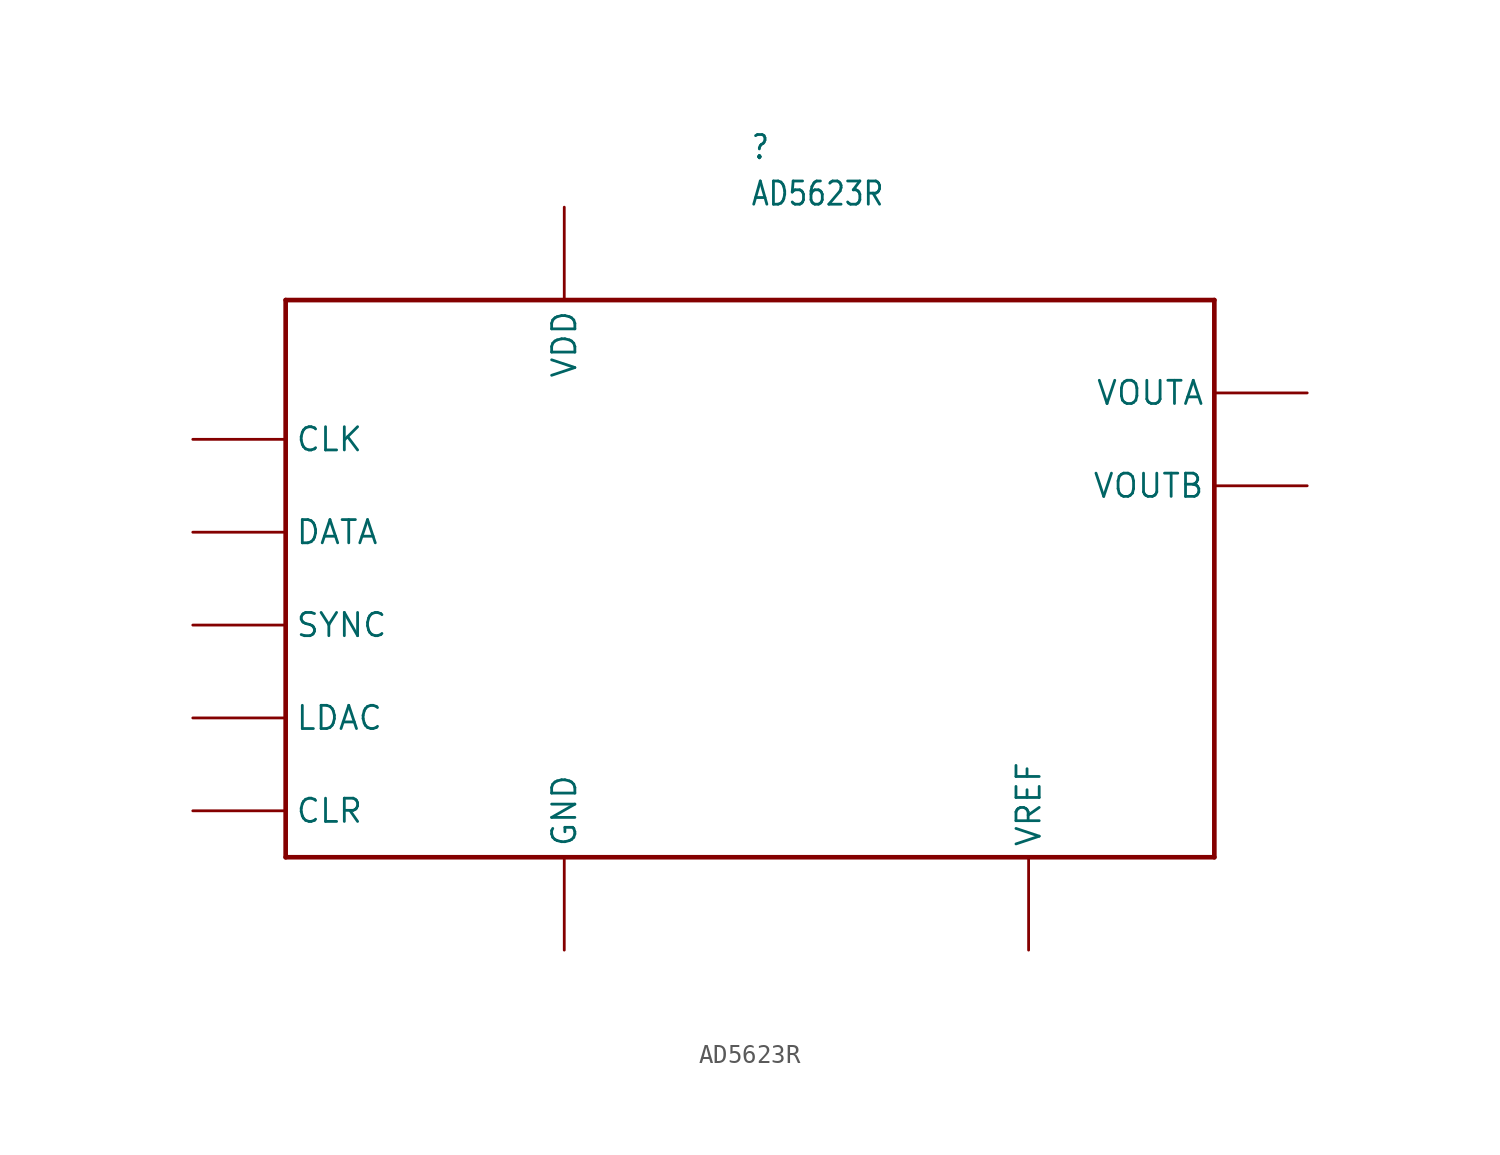
<source format=kicad_sym>
(kicad_symbol_lib
  (version 20211014)
  (generator kicad_symbol_editor)
  (symbol "AD5623R"
    (property "Reference" ""
      (at -2.54 22.86 0)
      (effects (font (size 1.27 1.079)) (justify left bottom)))
    (property "Value" "AD5623R"
      (at -2.54 20.32 0)
      (effects (font (size 1.27 1.079)) (justify left bottom)))
    (property "ki_locked" ""
      (at 0 0 0)
      (effects (font (size 1.27 1.27))))
    (symbol "AD5623R_1_0"
      (polyline (pts (xy -27.94 -15.24) (xy 22.86 -15.24)) (stroke (width 0.254) (type default) (color 0 0 0 0)) (fill (type none)))
      (polyline (pts (xy -27.94 15.24) (xy -27.94 -15.24)) (stroke (width 0.254) (type default) (color 0 0 0 0)) (fill (type none)))
      (polyline (pts (xy 22.86 -15.24) (xy 22.86 15.24)) (stroke (width 0.254) (type default) (color 0 0 0 0)) (fill (type none)))
      (polyline (pts (xy 22.86 15.24) (xy -27.94 15.24)) (stroke (width 0.254) (type default) (color 0 0 0 0)) (fill (type none)))
      (pin bidirectional line (at 27.94 10.16 180) (length 5.08) (name "VOUTA" (effects (font (size 1.27 1.27)))) (number "1" (effects (font (size 0 0)))))
      (pin bidirectional line (at 12.7 -20.32 90) (length 5.08) (name "VREF" (effects (font (size 1.27 1.27)))) (number "10" (effects (font (size 0 0)))))
      (pin bidirectional line (at 27.94 5.08 180) (length 5.08) (name "VOUTB" (effects (font (size 1.27 1.27)))) (number "2" (effects (font (size 0 0)))))
      (pin bidirectional line (at -12.7 -20.32 90) (length 5.08) (name "GND" (effects (font (size 1.27 1.27)))) (number "3" (effects (font (size 0 0)))))
      (pin bidirectional line (at -33.02 -7.62 0) (length 5.08) (name "LDAC" (effects (font (size 1.27 1.27)))) (number "4" (effects (font (size 0 0)))))
      (pin bidirectional line (at -33.02 -12.7 0) (length 5.08) (name "CLR" (effects (font (size 1.27 1.27)))) (number "5" (effects (font (size 0 0)))))
      (pin bidirectional line (at -33.02 -2.54 0) (length 5.08) (name "SYNC" (effects (font (size 1.27 1.27)))) (number "6" (effects (font (size 0 0)))))
      (pin bidirectional line (at -33.02 7.62 0) (length 5.08) (name "CLK" (effects (font (size 1.27 1.27)))) (number "7" (effects (font (size 0 0)))))
      (pin bidirectional line (at -33.02 2.54 0) (length 5.08) (name "DATA" (effects (font (size 1.27 1.27)))) (number "8" (effects (font (size 0 0)))))
      (pin bidirectional line (at -12.7 20.32 270) (length 5.08) (name "VDD" (effects (font (size 1.27 1.27)))) (number "9" (effects (font (size 0 0))))))))
</source>
